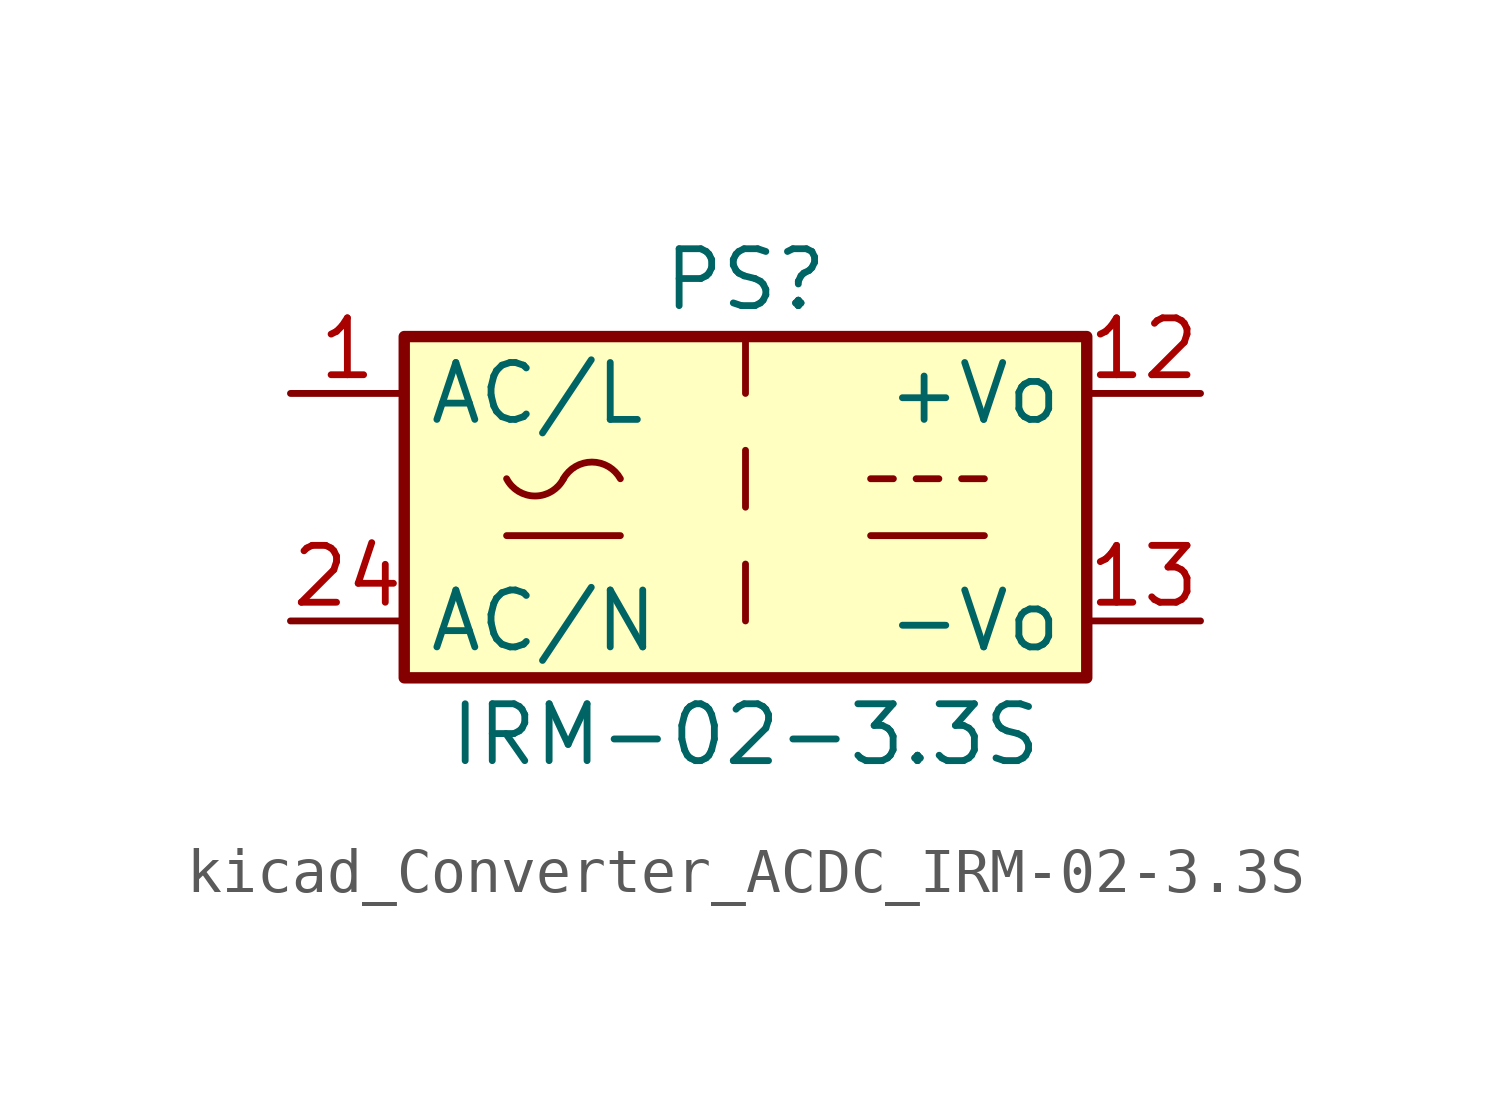
<source format=kicad_sym>
(kicad_symbol_lib
  (version 20220914)
  (generator kicad_symbol_editor)
  (symbol "kicad_Converter_ACDC_IRM-02-3.3S"
    (property "Reference" "PS"
      (at 0 5.08 0)
      (effects (font (size 1.27 1.27))))
    (property "Value" "IRM-02-3.3S"
      (at 0 -5.08 0)
      (effects (font (size 1.27 1.27))))
    (symbol "kicad_Converter_ACDC_IRM-02-3.3S_1_1"
      (rectangle (start -7.62 3.81) (end 7.62 -3.81) (stroke (width 0.254) (type default)) (fill (type background)))
      (arc (start -5.334 0.635) (mid -4.699 0.2495) (end -4.064 0.635) (stroke (width 0) (type default)) (fill (type none)))
      (arc (start -2.794 0.635) (mid -3.429 1.0072) (end -4.064 0.635) (stroke (width 0) (type default)) (fill (type none)))
      (polyline (pts (xy -5.334 -0.635) (xy -2.794 -0.635)) (stroke (width 0) (type default)) (fill (type none)))
      (polyline (pts (xy 0 -1.27) (xy 0 -2.54)) (stroke (width 0) (type default)) (fill (type none)))
      (polyline (pts (xy 0 1.27) (xy 0 0)) (stroke (width 0) (type default)) (fill (type none)))
      (polyline (pts (xy 0 3.81) (xy 0 2.54)) (stroke (width 0) (type default)) (fill (type none)))
      (polyline (pts (xy 2.794 -0.635) (xy 5.334 -0.635)) (stroke (width 0) (type default)) (fill (type none)))
      (polyline (pts (xy 2.794 0.635) (xy 3.302 0.635)) (stroke (width 0) (type default)) (fill (type none)))
      (polyline (pts (xy 3.81 0.635) (xy 4.318 0.635)) (stroke (width 0) (type default)) (fill (type none)))
      (polyline (pts (xy 4.826 0.635) (xy 5.334 0.635)) (stroke (width 0) (type default)) (fill (type none)))
      (pin power_in line (at -10.16 2.54 0) (length 2.54) (name "AC/L" (effects (font (size 1.27 1.27)))) (number "1" (effects (font (size 1.27 1.27)))))
      (pin power_out line (at 10.16 2.54 180) (length 2.54) (name "+Vo" (effects (font (size 1.27 1.27)))) (number "12" (effects (font (size 1.27 1.27)))))
      (pin power_out line (at 10.16 -2.54 180) (length 2.54) (name "-Vo" (effects (font (size 1.27 1.27)))) (number "13" (effects (font (size 1.27 1.27)))))
      (pin power_in line (at -10.16 -2.54 0) (length 2.54) (name "AC/N" (effects (font (size 1.27 1.27)))) (number "24" (effects (font (size 1.27 1.27))))))))
</source>
